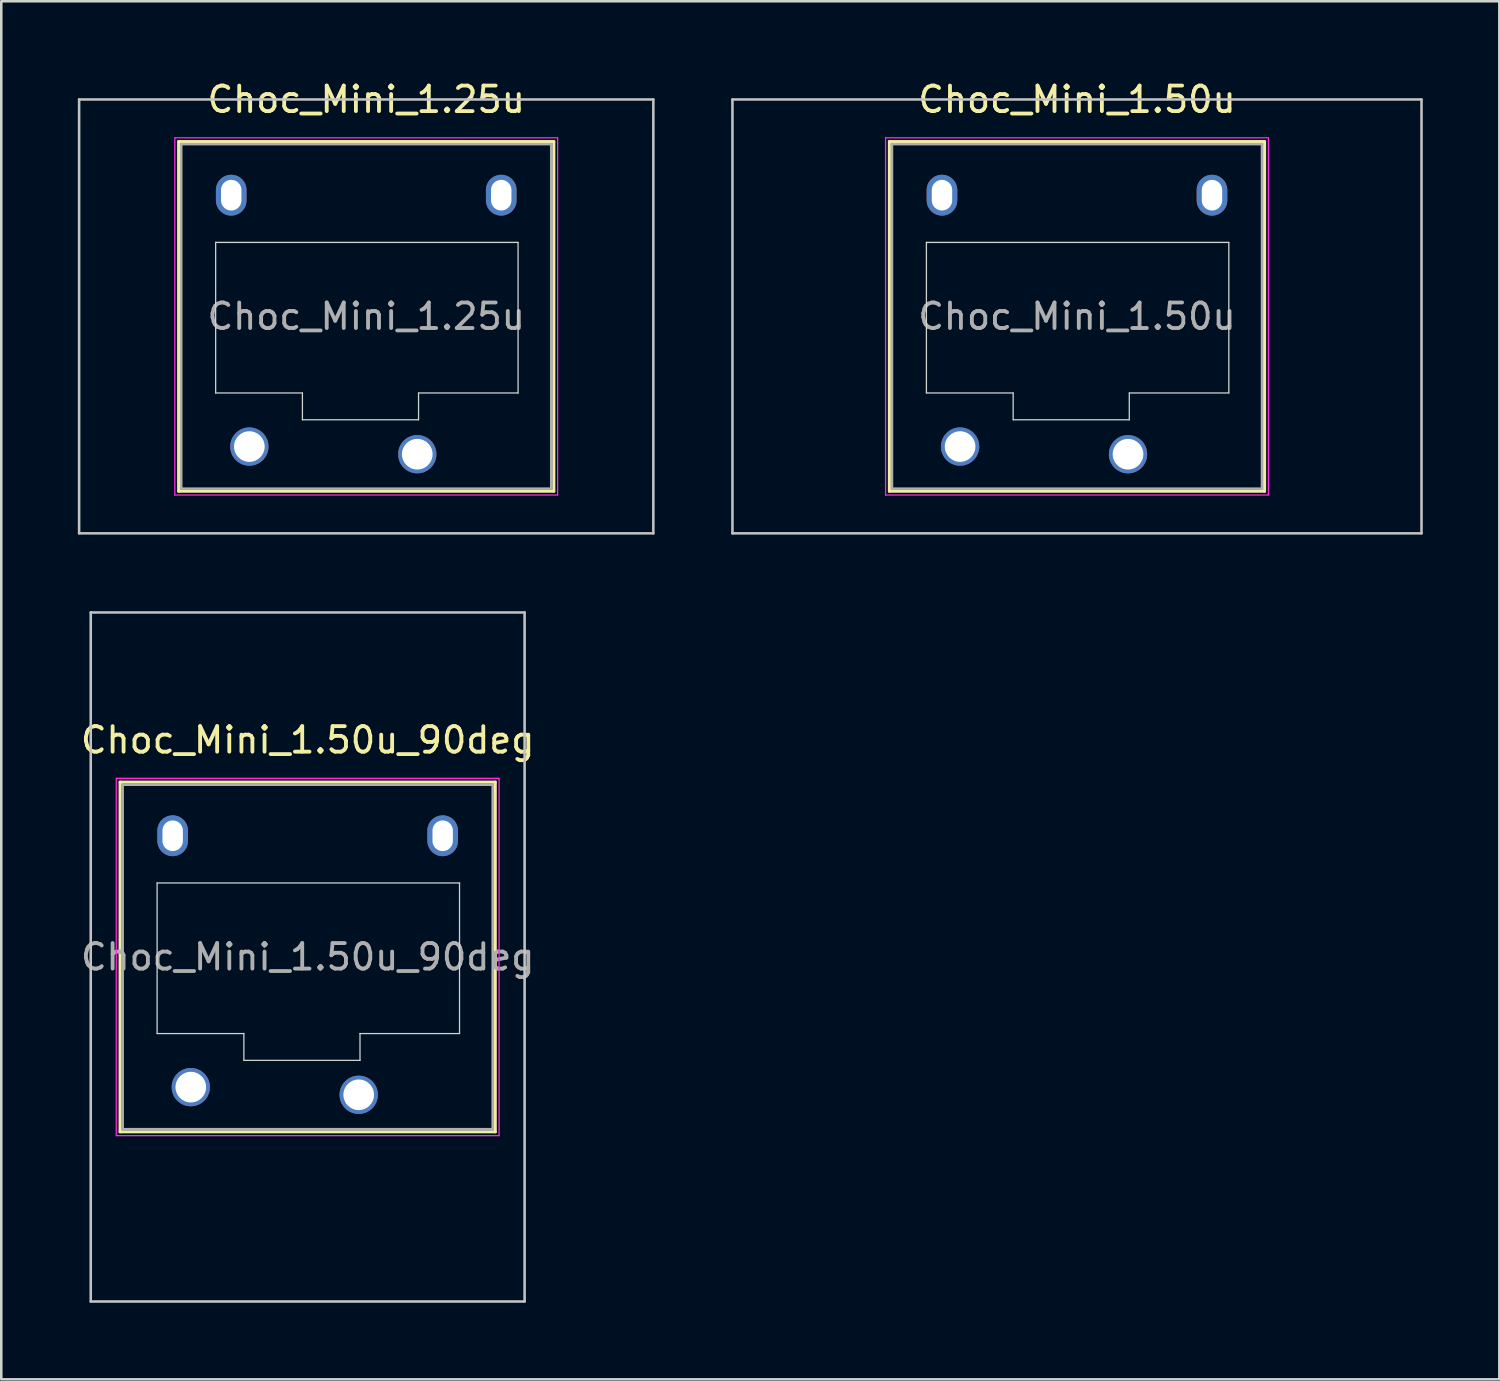
<source format=kicad_pcb>
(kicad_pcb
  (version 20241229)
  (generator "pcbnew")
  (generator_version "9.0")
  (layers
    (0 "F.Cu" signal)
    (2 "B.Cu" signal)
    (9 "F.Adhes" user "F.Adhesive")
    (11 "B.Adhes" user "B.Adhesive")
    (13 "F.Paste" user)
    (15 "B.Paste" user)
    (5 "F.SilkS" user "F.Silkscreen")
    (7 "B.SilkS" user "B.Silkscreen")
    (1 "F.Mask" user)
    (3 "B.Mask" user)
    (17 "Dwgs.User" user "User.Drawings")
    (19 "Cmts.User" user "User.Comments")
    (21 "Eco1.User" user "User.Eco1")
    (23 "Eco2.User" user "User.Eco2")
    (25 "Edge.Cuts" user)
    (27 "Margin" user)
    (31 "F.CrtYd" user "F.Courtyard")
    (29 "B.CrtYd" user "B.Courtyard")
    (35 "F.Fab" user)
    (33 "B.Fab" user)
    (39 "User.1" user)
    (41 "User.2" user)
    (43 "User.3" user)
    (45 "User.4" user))
  (footprint "Choc_Mini_1.50u_90deg"
    (layer "F.Cu")
    (at 9.006 34.448)
    (property "Reference" "Choc_Mini_1.50u_90deg" (at 0 -8.5 0) (layer "F.SilkS") (effects (font (size 1 1) (thickness 0.15))))
    (attr through_hole)
    (fp_line (start -7.35 -6.85) (end -7.35 6.85) (stroke (width 0.12) (type solid)) (layer "F.SilkS"))
    (fp_line (start -7.35 6.85) (end 7.35 6.85) (stroke (width 0.12) (type solid)) (layer "F.SilkS"))
    (fp_line (start 7.35 -6.85) (end -7.35 -6.85) (stroke (width 0.12) (type solid)) (layer "F.SilkS"))
    (fp_line (start 7.35 6.85) (end 7.35 -6.85) (stroke (width 0.12) (type solid)) (layer "F.SilkS"))
    (fp_line (start -8.5 -13.5) (end 8.5 -13.5) (stroke (width 0.1) (type solid)) (layer "Dwgs.User"))
    (fp_line (start -8.5 13.5) (end -8.5 -13.5) (stroke (width 0.1) (type solid)) (layer "Dwgs.User"))
    (fp_line (start 8.5 -13.5) (end 8.5 13.5) (stroke (width 0.1) (type solid)) (layer "Dwgs.User"))
    (fp_line (start 8.5 13.5) (end -8.5 13.5) (stroke (width 0.1) (type solid)) (layer "Dwgs.User"))
    (fp_line (start -6.85 -6.35) (end -6.85 6.35) (stroke (width 0.1) (type solid)) (layer "Eco1.User"))
    (fp_line (start -6.85 6.35) (end 6.85 6.35) (stroke (width 0.1) (type solid)) (layer "Eco1.User"))
    (fp_line (start 6.85 -6.35) (end -6.85 -6.35) (stroke (width 0.1) (type solid)) (layer "Eco1.User"))
    (fp_line (start 6.85 6.35) (end 6.85 -6.35) (stroke (width 0.1) (type solid)) (layer "Eco1.User"))
    (fp_line (start -5.9 -2.9) (end -5.9 3) (stroke (width 0.05) (type solid)) (layer "Edge.Cuts"))
    (fp_line (start -5.9 3) (end -2.5 3) (stroke (width 0.05) (type solid)) (layer "Edge.Cuts"))
    (fp_line (start -2.5 3) (end -2.5 4.05) (stroke (width 0.05) (type solid)) (layer "Edge.Cuts"))
    (fp_line (start -2.5 4.05) (end 2.05 4.05) (stroke (width 0.05) (type solid)) (layer "Edge.Cuts"))
    (fp_line (start 2.05 3) (end 5.95 3) (stroke (width 0.05) (type solid)) (layer "Edge.Cuts"))
    (fp_line (start 2.05 4.05) (end 2.05 3) (stroke (width 0.05) (type solid)) (layer "Edge.Cuts"))
    (fp_line (start 5.95 -2.9) (end -5.9 -2.9) (stroke (width 0.05) (type solid)) (layer "Edge.Cuts"))
    (fp_line (start 5.95 3) (end 5.95 -2.9) (stroke (width 0.05) (type solid)) (layer "Edge.Cuts"))
    (fp_line (start -7.5 -7) (end -7.5 7) (stroke (width 0.05) (type solid)) (layer "F.CrtYd"))
    (fp_line (start -7.5 7) (end 7.5 7) (stroke (width 0.05) (type solid)) (layer "F.CrtYd"))
    (fp_line (start 7.5 -7) (end -7.5 -7) (stroke (width 0.05) (type solid)) (layer "F.CrtYd"))
    (fp_line (start 7.5 7) (end 7.5 -7) (stroke (width 0.05) (type solid)) (layer "F.CrtYd"))
    (fp_line (start -7.25 -6.75) (end -7.25 6.75) (stroke (width 0.1) (type solid)) (layer "F.Fab"))
    (fp_line (start -7.25 6.75) (end 7.25 6.75) (stroke (width 0.1) (type solid)) (layer "F.Fab"))
    (fp_line (start 7.25 -6.75) (end -7.25 -6.75) (stroke (width 0.1) (type solid)) (layer "F.Fab"))
    (fp_line (start 7.25 6.75) (end 7.25 -6.75) (stroke (width 0.1) (type solid)) (layer "F.Fab"))
    (fp_text user "${REFERENCE}" (at 0 0 0) (layer "F.Fab") (effects (font (size 1 1) (thickness 0.15))))
    (pad "" np_thru_hole oval (at -5.29 -4.75) (size 1.2 1.6) (drill oval 0.8 1.2) (layers "*.Cu" "*.Mask"))
    (pad "" np_thru_hole oval (at 5.29 -4.75) (size 1.2 1.6) (drill oval 0.8 1.2) (layers "*.Cu" "*.Mask"))
    (pad "1" thru_hole circle (at 2 5.4) (size 1.5 1.5) (drill 1.2) (layers "*.Cu" "*.Mask"))
    (pad "2" thru_hole circle (at -4.58 5.1) (size 1.5 1.5) (drill 1.2) (layers "*.Cu" "*.Mask")))
  (footprint "Choc_Mini_1.50u"
    (layer "F.Cu")
    (at 39.15 9.348)
    (property "Reference" "Choc_Mini_1.50u" (at 0 -8.5 0) (layer "F.SilkS") (effects (font (size 1 1) (thickness 0.15))))
    (attr through_hole)
    (fp_line (start -7.35 -6.85) (end -7.35 6.85) (stroke (width 0.12) (type solid)) (layer "F.SilkS"))
    (fp_line (start -7.35 6.85) (end 7.35 6.85) (stroke (width 0.12) (type solid)) (layer "F.SilkS"))
    (fp_line (start 7.35 -6.85) (end -7.35 -6.85) (stroke (width 0.12) (type solid)) (layer "F.SilkS"))
    (fp_line (start 7.35 6.85) (end 7.35 -6.85) (stroke (width 0.12) (type solid)) (layer "F.SilkS"))
    (fp_line (start -13.5 -8.5) (end -13.5 8.5) (stroke (width 0.1) (type solid)) (layer "Dwgs.User"))
    (fp_line (start -13.5 8.5) (end 13.5 8.5) (stroke (width 0.1) (type solid)) (layer "Dwgs.User"))
    (fp_line (start 13.5 -8.5) (end -13.5 -8.5) (stroke (width 0.1) (type solid)) (layer "Dwgs.User"))
    (fp_line (start 13.5 8.5) (end 13.5 -8.5) (stroke (width 0.1) (type solid)) (layer "Dwgs.User"))
    (fp_line (start -6.85 -6.35) (end -6.85 6.35) (stroke (width 0.1) (type solid)) (layer "Eco1.User"))
    (fp_line (start -6.85 6.35) (end 6.85 6.35) (stroke (width 0.1) (type solid)) (layer "Eco1.User"))
    (fp_line (start 6.85 -6.35) (end -6.85 -6.35) (stroke (width 0.1) (type solid)) (layer "Eco1.User"))
    (fp_line (start 6.85 6.35) (end 6.85 -6.35) (stroke (width 0.1) (type solid)) (layer "Eco1.User"))
    (fp_line (start -5.9 -2.9) (end -5.9 3) (stroke (width 0.05) (type solid)) (layer "Edge.Cuts"))
    (fp_line (start -5.9 3) (end -2.5 3) (stroke (width 0.05) (type solid)) (layer "Edge.Cuts"))
    (fp_line (start -2.5 3) (end -2.5 4.05) (stroke (width 0.05) (type solid)) (layer "Edge.Cuts"))
    (fp_line (start -2.5 4.05) (end 2.05 4.05) (stroke (width 0.05) (type solid)) (layer "Edge.Cuts"))
    (fp_line (start 2.05 3) (end 5.95 3) (stroke (width 0.05) (type solid)) (layer "Edge.Cuts"))
    (fp_line (start 2.05 4.05) (end 2.05 3) (stroke (width 0.05) (type solid)) (layer "Edge.Cuts"))
    (fp_line (start 5.95 -2.9) (end -5.9 -2.9) (stroke (width 0.05) (type solid)) (layer "Edge.Cuts"))
    (fp_line (start 5.95 3) (end 5.95 -2.9) (stroke (width 0.05) (type solid)) (layer "Edge.Cuts"))
    (fp_line (start -7.5 -7) (end -7.5 7) (stroke (width 0.05) (type solid)) (layer "F.CrtYd"))
    (fp_line (start -7.5 7) (end 7.5 7) (stroke (width 0.05) (type solid)) (layer "F.CrtYd"))
    (fp_line (start 7.5 -7) (end -7.5 -7) (stroke (width 0.05) (type solid)) (layer "F.CrtYd"))
    (fp_line (start 7.5 7) (end 7.5 -7) (stroke (width 0.05) (type solid)) (layer "F.CrtYd"))
    (fp_line (start -7.25 -6.75) (end -7.25 6.75) (stroke (width 0.1) (type solid)) (layer "F.Fab"))
    (fp_line (start -7.25 6.75) (end 7.25 6.75) (stroke (width 0.1) (type solid)) (layer "F.Fab"))
    (fp_line (start 7.25 -6.75) (end -7.25 -6.75) (stroke (width 0.1) (type solid)) (layer "F.Fab"))
    (fp_line (start 7.25 6.75) (end 7.25 -6.75) (stroke (width 0.1) (type solid)) (layer "F.Fab"))
    (fp_text user "${REFERENCE}" (at 0 0 0) (layer "F.Fab") (effects (font (size 1 1) (thickness 0.15))))
    (pad "" np_thru_hole oval (at -5.29 -4.75) (size 1.2 1.6) (drill oval 0.8 1.2) (layers "*.Cu" "*.Mask"))
    (pad "" np_thru_hole oval (at 5.29 -4.75) (size 1.2 1.6) (drill oval 0.8 1.2) (layers "*.Cu" "*.Mask"))
    (pad "1" thru_hole circle (at 2 5.4) (size 1.5 1.5) (drill 1.2) (layers "*.Cu" "*.Mask"))
    (pad "2" thru_hole circle (at -4.58 5.1) (size 1.5 1.5) (drill 1.2) (layers "*.Cu" "*.Mask")))
  (footprint "Choc_Mini_1.25u"
    (layer "F.Cu")
    (at 11.3 9.348)
    (property "Reference" "Choc_Mini_1.25u" (at 0 -8.5 0) (layer "F.SilkS") (effects (font (size 1 1) (thickness 0.15))))
    (attr through_hole)
    (fp_line (start -7.35 -6.85) (end -7.35 6.85) (stroke (width 0.12) (type solid)) (layer "F.SilkS"))
    (fp_line (start -7.35 6.85) (end 7.35 6.85) (stroke (width 0.12) (type solid)) (layer "F.SilkS"))
    (fp_line (start 7.35 -6.85) (end -7.35 -6.85) (stroke (width 0.12) (type solid)) (layer "F.SilkS"))
    (fp_line (start 7.35 6.85) (end 7.35 -6.85) (stroke (width 0.12) (type solid)) (layer "F.SilkS"))
    (fp_line (start -11.25 -8.5) (end -11.25 8.5) (stroke (width 0.1) (type solid)) (layer "Dwgs.User"))
    (fp_line (start -11.25 8.5) (end 11.25 8.5) (stroke (width 0.1) (type solid)) (layer "Dwgs.User"))
    (fp_line (start 11.25 -8.5) (end -11.25 -8.5) (stroke (width 0.1) (type solid)) (layer "Dwgs.User"))
    (fp_line (start 11.25 8.5) (end 11.25 -8.5) (stroke (width 0.1) (type solid)) (layer "Dwgs.User"))
    (fp_line (start -6.85 -6.35) (end -6.85 6.35) (stroke (width 0.1) (type solid)) (layer "Eco1.User"))
    (fp_line (start -6.85 6.35) (end 6.85 6.35) (stroke (width 0.1) (type solid)) (layer "Eco1.User"))
    (fp_line (start 6.85 -6.35) (end -6.85 -6.35) (stroke (width 0.1) (type solid)) (layer "Eco1.User"))
    (fp_line (start 6.85 6.35) (end 6.85 -6.35) (stroke (width 0.1) (type solid)) (layer "Eco1.User"))
    (fp_line (start -5.9 -2.9) (end -5.9 3) (stroke (width 0.05) (type solid)) (layer "Edge.Cuts"))
    (fp_line (start -5.9 3) (end -2.5 3) (stroke (width 0.05) (type solid)) (layer "Edge.Cuts"))
    (fp_line (start -2.5 3) (end -2.5 4.05) (stroke (width 0.05) (type solid)) (layer "Edge.Cuts"))
    (fp_line (start -2.5 4.05) (end 2.05 4.05) (stroke (width 0.05) (type solid)) (layer "Edge.Cuts"))
    (fp_line (start 2.05 3) (end 5.95 3) (stroke (width 0.05) (type solid)) (layer "Edge.Cuts"))
    (fp_line (start 2.05 4.05) (end 2.05 3) (stroke (width 0.05) (type solid)) (layer "Edge.Cuts"))
    (fp_line (start 5.95 -2.9) (end -5.9 -2.9) (stroke (width 0.05) (type solid)) (layer "Edge.Cuts"))
    (fp_line (start 5.95 3) (end 5.95 -2.9) (stroke (width 0.05) (type solid)) (layer "Edge.Cuts"))
    (fp_line (start -7.5 -7) (end -7.5 7) (stroke (width 0.05) (type solid)) (layer "F.CrtYd"))
    (fp_line (start -7.5 7) (end 7.5 7) (stroke (width 0.05) (type solid)) (layer "F.CrtYd"))
    (fp_line (start 7.5 -7) (end -7.5 -7) (stroke (width 0.05) (type solid)) (layer "F.CrtYd"))
    (fp_line (start 7.5 7) (end 7.5 -7) (stroke (width 0.05) (type solid)) (layer "F.CrtYd"))
    (fp_line (start -7.25 -6.75) (end -7.25 6.75) (stroke (width 0.1) (type solid)) (layer "F.Fab"))
    (fp_line (start -7.25 6.75) (end 7.25 6.75) (stroke (width 0.1) (type solid)) (layer "F.Fab"))
    (fp_line (start 7.25 -6.75) (end -7.25 -6.75) (stroke (width 0.1) (type solid)) (layer "F.Fab"))
    (fp_line (start 7.25 6.75) (end 7.25 -6.75) (stroke (width 0.1) (type solid)) (layer "F.Fab"))
    (fp_text user "${REFERENCE}" (at 0 0 0) (layer "F.Fab") (effects (font (size 1 1) (thickness 0.15))))
    (pad "" np_thru_hole oval (at -5.29 -4.75) (size 1.2 1.6) (drill oval 0.8 1.2) (layers "*.Cu" "*.Mask"))
    (pad "" np_thru_hole oval (at 5.29 -4.75) (size 1.2 1.6) (drill oval 0.8 1.2) (layers "*.Cu" "*.Mask"))
    (pad "1" thru_hole circle (at 2 5.4) (size 1.5 1.5) (drill 1.2) (layers "*.Cu" "*.Mask"))
    (pad "2" thru_hole circle (at -4.58 5.1) (size 1.5 1.5) (drill 1.2) (layers "*.Cu" "*.Mask")))
  (gr_rect
    (start -3 -3)
    (end 55.7 50.998)
    (stroke (width 0.1) (type default))
    (fill no)
    (layer "Edge.Cuts")))
</source>
